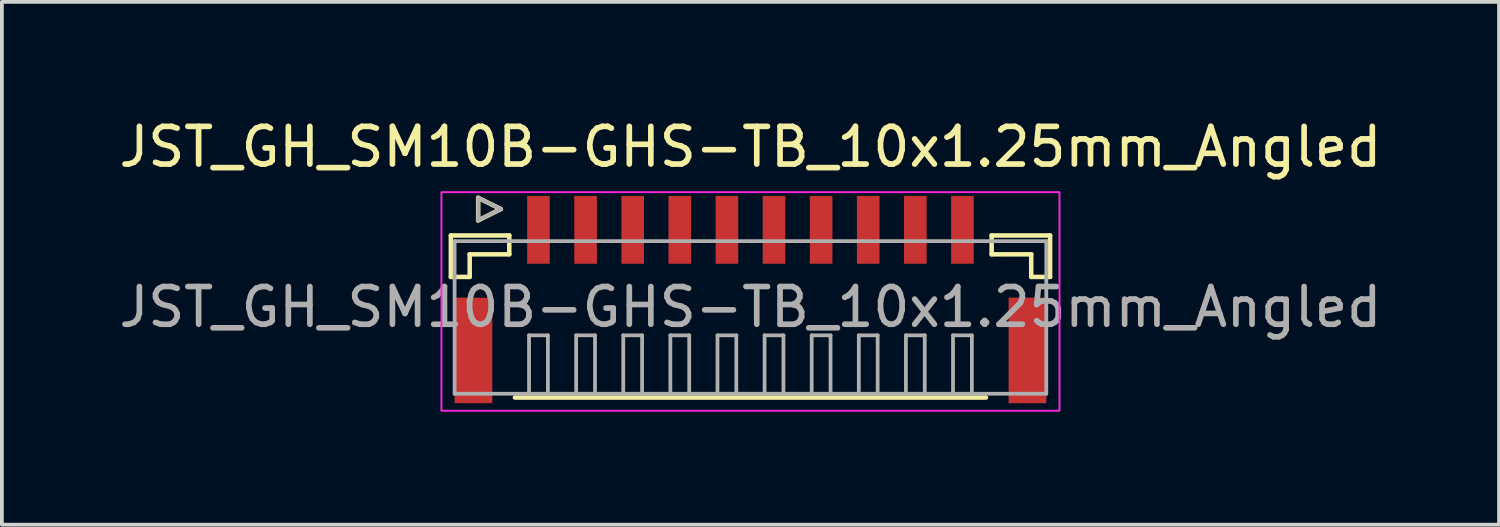
<source format=kicad_pcb>
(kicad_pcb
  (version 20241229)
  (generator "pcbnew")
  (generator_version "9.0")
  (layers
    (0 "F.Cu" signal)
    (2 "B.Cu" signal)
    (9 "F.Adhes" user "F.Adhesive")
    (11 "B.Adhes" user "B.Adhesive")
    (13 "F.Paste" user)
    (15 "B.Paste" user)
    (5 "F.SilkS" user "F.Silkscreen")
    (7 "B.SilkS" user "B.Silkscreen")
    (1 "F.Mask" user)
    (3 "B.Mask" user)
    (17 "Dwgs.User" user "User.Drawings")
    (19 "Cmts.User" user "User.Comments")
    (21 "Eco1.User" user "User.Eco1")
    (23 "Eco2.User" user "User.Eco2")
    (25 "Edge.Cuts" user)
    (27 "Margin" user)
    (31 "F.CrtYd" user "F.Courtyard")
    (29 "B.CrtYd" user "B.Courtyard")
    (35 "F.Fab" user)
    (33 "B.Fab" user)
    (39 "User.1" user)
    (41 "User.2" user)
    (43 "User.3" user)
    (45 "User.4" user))
  (footprint "JST_GH_SM10B-GHS-TB_10x1.25mm_Angled"
    (layer "F.Cu")
    (at 16.863 4.648)
    (property "Reference" "JST_GH_SM10B-GHS-TB_10x1.25mm_Angled" (at 0 -3.8 0) (layer "F.SilkS") (effects (font (size 1 1) (thickness 0.15))))
    (attr smd)
    (fp_line (start -7.95 -1.45) (end -6.4 -1.45) (stroke (width 0.12) (type solid)) (layer "F.SilkS"))
    (fp_line (start -7.95 -0.35) (end -7.95 -1.45) (stroke (width 0.12) (type solid)) (layer "F.SilkS"))
    (fp_line (start -7.45 -0.95) (end -7.45 -0.35) (stroke (width 0.12) (type solid)) (layer "F.SilkS"))
    (fp_line (start -7.45 -0.35) (end -7.95 -0.35) (stroke (width 0.12) (type solid)) (layer "F.SilkS"))
    (fp_line (start -7.225 -2.45) (end -7.225 -1.85) (stroke (width 0.12) (type solid)) (layer "F.SilkS"))
    (fp_line (start -7.225 -1.85) (end -6.625 -2.15) (stroke (width 0.12) (type solid)) (layer "F.SilkS"))
    (fp_line (start -6.625 -2.15) (end -7.225 -2.45) (stroke (width 0.12) (type solid)) (layer "F.SilkS"))
    (fp_line (start -6.4 -1.45) (end -6.4 -0.95) (stroke (width 0.12) (type solid)) (layer "F.SilkS"))
    (fp_line (start -6.4 -0.95) (end -7.45 -0.95) (stroke (width 0.12) (type solid)) (layer "F.SilkS"))
    (fp_line (start -6.25 2.85) (end 6.25 2.85) (stroke (width 0.12) (type solid)) (layer "F.SilkS"))
    (fp_line (start 6.4 -1.45) (end 6.4 -0.95) (stroke (width 0.12) (type solid)) (layer "F.SilkS"))
    (fp_line (start 6.4 -0.95) (end 7.45 -0.95) (stroke (width 0.12) (type solid)) (layer "F.SilkS"))
    (fp_line (start 7.45 -0.95) (end 7.45 -0.35) (stroke (width 0.12) (type solid)) (layer "F.SilkS"))
    (fp_line (start 7.45 -0.35) (end 7.95 -0.35) (stroke (width 0.12) (type solid)) (layer "F.SilkS"))
    (fp_line (start 7.95 -1.45) (end 6.4 -1.45) (stroke (width 0.12) (type solid)) (layer "F.SilkS"))
    (fp_line (start 7.95 -0.35) (end 7.95 -1.45) (stroke (width 0.12) (type solid)) (layer "F.SilkS"))
    (fp_rect (start -8.2 -2.6) (end 8.2 3.2) (stroke (width 0.05) (type solid)) (fill no) (layer "F.CrtYd"))
    (fp_line (start -7.85 -1.3) (end -7.85 2.75) (stroke (width 0.1) (type solid)) (layer "F.Fab"))
    (fp_line (start -7.85 2.75) (end 7.85 2.75) (stroke (width 0.1) (type solid)) (layer "F.Fab"))
    (fp_line (start -7.225 -2.45) (end -7.225 -1.85) (stroke (width 0.1) (type solid)) (layer "F.Fab"))
    (fp_line (start -7.225 -1.85) (end -6.625 -2.15) (stroke (width 0.1) (type solid)) (layer "F.Fab"))
    (fp_line (start -6.625 -2.15) (end -7.225 -2.45) (stroke (width 0.1) (type solid)) (layer "F.Fab"))
    (fp_line (start -5.875 1.2) (end -5.375 1.2) (stroke (width 0.1) (type solid)) (layer "F.Fab"))
    (fp_line (start -5.875 2.7) (end -5.875 1.2) (stroke (width 0.1) (type solid)) (layer "F.Fab"))
    (fp_line (start -5.375 1.2) (end -5.375 2.7) (stroke (width 0.1) (type solid)) (layer "F.Fab"))
    (fp_line (start -4.625 1.2) (end -4.125 1.2) (stroke (width 0.1) (type solid)) (layer "F.Fab"))
    (fp_line (start -4.625 2.7) (end -4.625 1.2) (stroke (width 0.1) (type solid)) (layer "F.Fab"))
    (fp_line (start -4.125 1.2) (end -4.125 2.7) (stroke (width 0.1) (type solid)) (layer "F.Fab"))
    (fp_line (start -3.375 1.2) (end -2.875 1.2) (stroke (width 0.1) (type solid)) (layer "F.Fab"))
    (fp_line (start -3.375 2.7) (end -3.375 1.2) (stroke (width 0.1) (type solid)) (layer "F.Fab"))
    (fp_line (start -2.875 1.2) (end -2.875 2.7) (stroke (width 0.1) (type solid)) (layer "F.Fab"))
    (fp_line (start -2.125 1.2) (end -1.625 1.2) (stroke (width 0.1) (type solid)) (layer "F.Fab"))
    (fp_line (start -2.125 2.7) (end -2.125 1.2) (stroke (width 0.1) (type solid)) (layer "F.Fab"))
    (fp_line (start -1.625 1.2) (end -1.625 2.7) (stroke (width 0.1) (type solid)) (layer "F.Fab"))
    (fp_line (start -0.875 1.2) (end -0.375 1.2) (stroke (width 0.1) (type solid)) (layer "F.Fab"))
    (fp_line (start -0.875 2.7) (end -0.875 1.2) (stroke (width 0.1) (type solid)) (layer "F.Fab"))
    (fp_line (start -0.375 1.2) (end -0.375 2.7) (stroke (width 0.1) (type solid)) (layer "F.Fab"))
    (fp_line (start 0.375 1.2) (end 0.875 1.2) (stroke (width 0.1) (type solid)) (layer "F.Fab"))
    (fp_line (start 0.375 2.7) (end 0.375 1.2) (stroke (width 0.1) (type solid)) (layer "F.Fab"))
    (fp_line (start 0.875 1.2) (end 0.875 2.7) (stroke (width 0.1) (type solid)) (layer "F.Fab"))
    (fp_line (start 1.625 1.2) (end 2.125 1.2) (stroke (width 0.1) (type solid)) (layer "F.Fab"))
    (fp_line (start 1.625 2.7) (end 1.625 1.2) (stroke (width 0.1) (type solid)) (layer "F.Fab"))
    (fp_line (start 2.125 1.2) (end 2.125 2.7) (stroke (width 0.1) (type solid)) (layer "F.Fab"))
    (fp_line (start 2.875 1.2) (end 3.375 1.2) (stroke (width 0.1) (type solid)) (layer "F.Fab"))
    (fp_line (start 2.875 2.7) (end 2.875 1.2) (stroke (width 0.1) (type solid)) (layer "F.Fab"))
    (fp_line (start 3.375 1.2) (end 3.375 2.7) (stroke (width 0.1) (type solid)) (layer "F.Fab"))
    (fp_line (start 4.125 1.2) (end 4.625 1.2) (stroke (width 0.1) (type solid)) (layer "F.Fab"))
    (fp_line (start 4.125 2.7) (end 4.125 1.2) (stroke (width 0.1) (type solid)) (layer "F.Fab"))
    (fp_line (start 4.625 1.2) (end 4.625 2.7) (stroke (width 0.1) (type solid)) (layer "F.Fab"))
    (fp_line (start 5.375 1.2) (end 5.875 1.2) (stroke (width 0.1) (type solid)) (layer "F.Fab"))
    (fp_line (start 5.375 2.7) (end 5.375 1.2) (stroke (width 0.1) (type solid)) (layer "F.Fab"))
    (fp_line (start 5.875 1.2) (end 5.875 2.7) (stroke (width 0.1) (type solid)) (layer "F.Fab"))
    (fp_line (start 7.85 -1.3) (end -7.85 -1.3) (stroke (width 0.1) (type solid)) (layer "F.Fab"))
    (fp_line (start 7.85 2.75) (end 7.85 -1.3) (stroke (width 0.1) (type solid)) (layer "F.Fab"))
    (fp_text user "${REFERENCE}" (at 0 0.45 0) (layer "F.Fab") (effects (font (size 1 1) (thickness 0.15))))
    (pad "" smd rect (at -7.35 1.6) (size 1 2.8) (layers "F.Cu" "F.Mask" "F.Paste"))
    (pad "" smd rect (at 7.35 1.6) (size 1 2.8) (layers "F.Cu" "F.Mask" "F.Paste"))
    (pad "1" smd rect (at -5.625 -1.6) (size 0.6 1.8) (layers "F.Cu" "F.Mask" "F.Paste"))
    (pad "2" smd rect (at -4.375 -1.6) (size 0.6 1.8) (layers "F.Cu" "F.Mask" "F.Paste"))
    (pad "3" smd rect (at -3.125 -1.6) (size 0.6 1.8) (layers "F.Cu" "F.Mask" "F.Paste"))
    (pad "4" smd rect (at -1.875 -1.6) (size 0.6 1.8) (layers "F.Cu" "F.Mask" "F.Paste"))
    (pad "5" smd rect (at -0.625 -1.6) (size 0.6 1.8) (layers "F.Cu" "F.Mask" "F.Paste"))
    (pad "6" smd rect (at 0.625 -1.6) (size 0.6 1.8) (layers "F.Cu" "F.Mask" "F.Paste"))
    (pad "7" smd rect (at 1.875 -1.6) (size 0.6 1.8) (layers "F.Cu" "F.Mask" "F.Paste"))
    (pad "8" smd rect (at 3.125 -1.6) (size 0.6 1.8) (layers "F.Cu" "F.Mask" "F.Paste"))
    (pad "9" smd rect (at 4.375 -1.6) (size 0.6 1.8) (layers "F.Cu" "F.Mask" "F.Paste"))
    (pad "10" smd rect (at 5.625 -1.6) (size 0.6 1.8) (layers "F.Cu" "F.Mask" "F.Paste")))
  (gr_rect
    (start -3 -3)
    (end 36.726 10.873)
    (stroke (width 0.1) (type default))
    (fill no)
    (layer "Edge.Cuts")))
</source>
